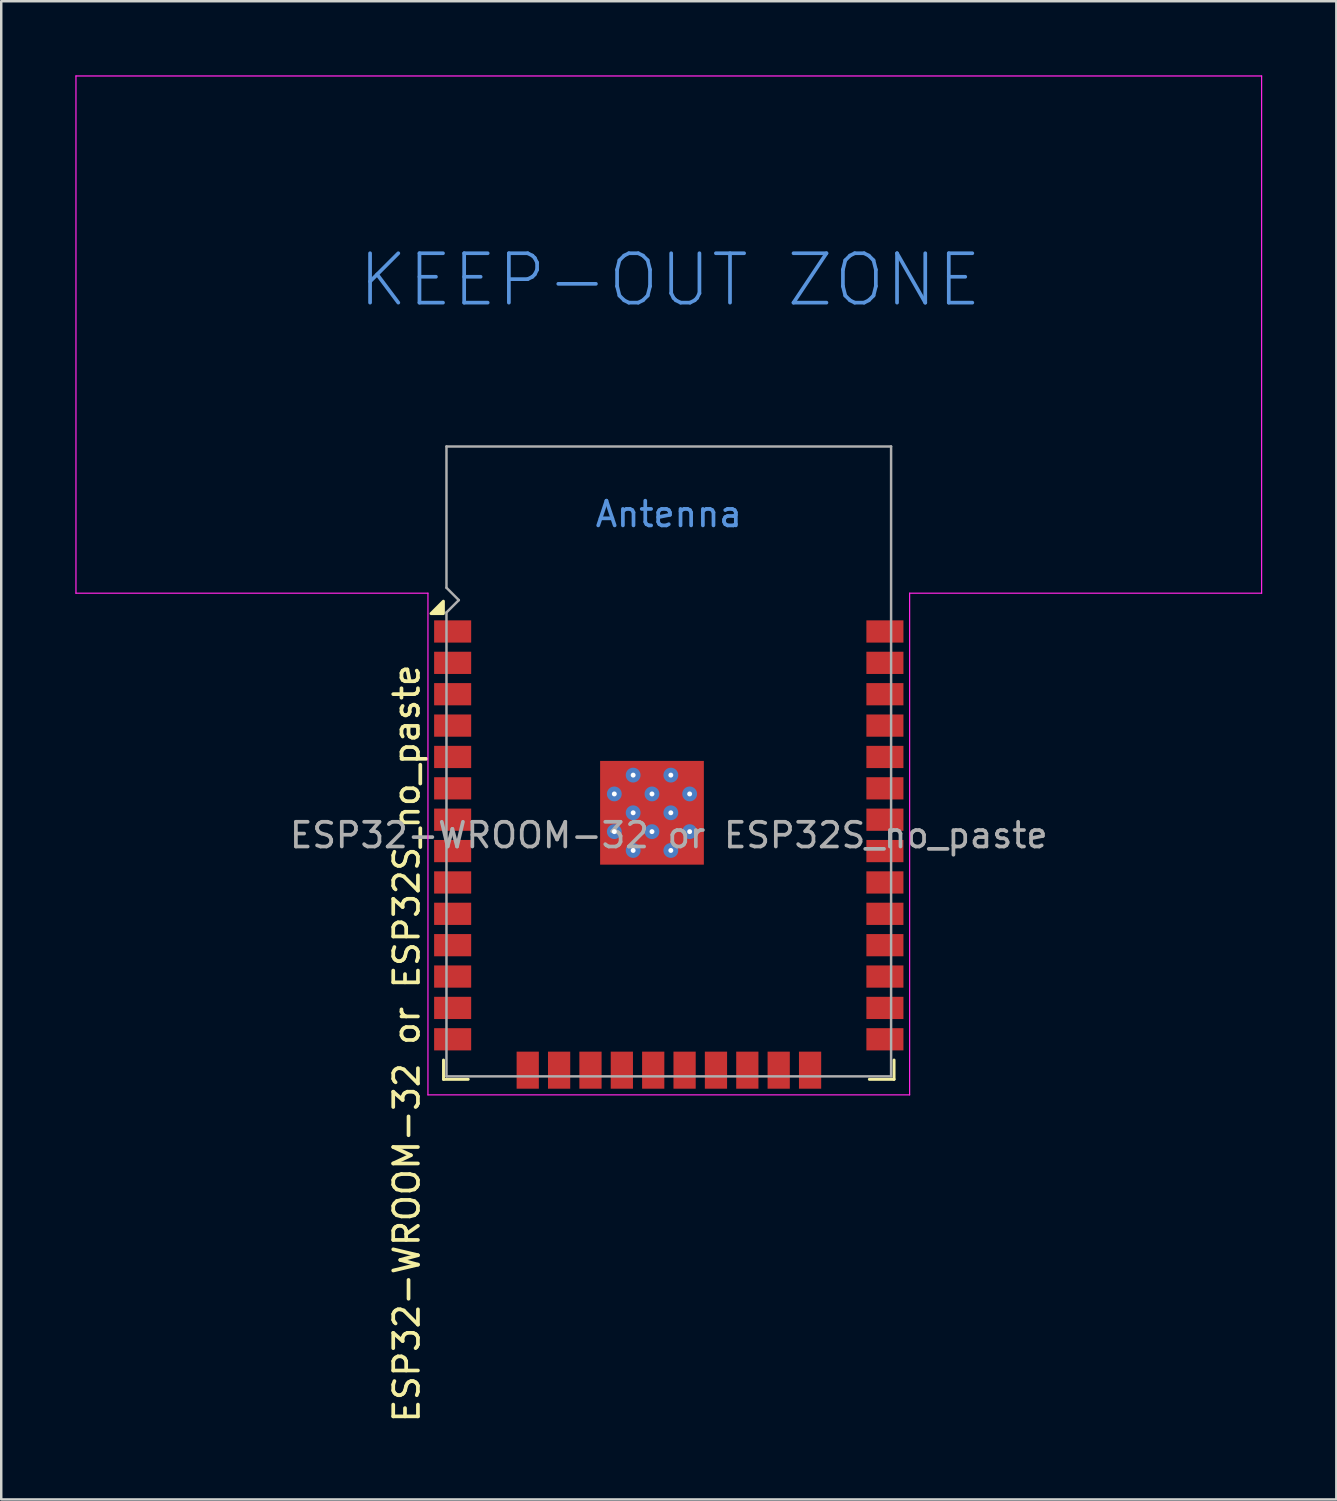
<source format=kicad_pcb>
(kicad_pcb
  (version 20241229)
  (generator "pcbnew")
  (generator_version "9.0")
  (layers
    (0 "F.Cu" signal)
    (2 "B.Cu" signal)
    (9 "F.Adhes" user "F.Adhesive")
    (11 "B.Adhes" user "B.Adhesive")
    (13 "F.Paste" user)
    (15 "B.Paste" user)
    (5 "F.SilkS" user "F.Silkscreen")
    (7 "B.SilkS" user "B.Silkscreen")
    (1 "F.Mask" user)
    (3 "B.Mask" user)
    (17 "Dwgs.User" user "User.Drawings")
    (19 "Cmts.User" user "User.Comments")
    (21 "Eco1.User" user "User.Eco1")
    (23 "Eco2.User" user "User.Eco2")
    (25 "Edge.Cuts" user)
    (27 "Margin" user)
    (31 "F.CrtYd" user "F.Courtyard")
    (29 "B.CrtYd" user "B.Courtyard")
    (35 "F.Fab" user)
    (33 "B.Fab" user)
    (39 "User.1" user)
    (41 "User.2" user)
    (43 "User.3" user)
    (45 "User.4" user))
  (footprint "ESP32-WROOM-32 or ESP32S_no_paste"
    (layer "F.Cu")
    (at 24.025 30.765)
    (property "Reference" "ESP32-WROOM-32 or ESP32S_no_paste" (at -10.61 8.43 90) (layer "F.SilkS") (effects (font (size 1 1) (thickness 0.15))))
    (attr smd)
    (fp_line (start -9.12 9.1) (end -9.12 9.88) (stroke (width 0.12) (type solid)) (layer "F.SilkS"))
    (fp_line (start -9.12 9.88) (end -8.12 9.88) (stroke (width 0.12) (type solid)) (layer "F.SilkS"))
    (fp_line (start 9.12 9.1) (end 9.12 9.88) (stroke (width 0.12) (type solid)) (layer "F.SilkS"))
    (fp_line (start 9.12 9.88) (end 8.12 9.88) (stroke (width 0.12) (type solid)) (layer "F.SilkS"))
    (fp_poly (pts (xy -9.125 -8.975) (xy -9.625 -8.975) (xy -9.125 -9.475) (xy -9.125 -8.975)) (stroke (width 0.12) (type solid)) (fill yes) (layer "F.SilkS"))
    (fp_line (start -24 -30.74) (end -24 -9.8) (stroke (width 0.05) (type solid)) (layer "F.CrtYd"))
    (fp_line (start -24 -9.8) (end -9.75 -9.8) (stroke (width 0.05) (type solid)) (layer "F.CrtYd"))
    (fp_line (start -9.75 10.51) (end -9.75 -9.8) (stroke (width 0.05) (type solid)) (layer "F.CrtYd"))
    (fp_line (start -9.75 10.51) (end 9.75 10.51) (stroke (width 0.05) (type solid)) (layer "F.CrtYd"))
    (fp_line (start 9.75 -9.8) (end 9.75 10.51) (stroke (width 0.05) (type solid)) (layer "F.CrtYd"))
    (fp_line (start 9.75 -9.8) (end 24 -9.8) (stroke (width 0.05) (type solid)) (layer "F.CrtYd"))
    (fp_line (start 24 -30.74) (end -24 -30.74) (stroke (width 0.05) (type solid)) (layer "F.CrtYd"))
    (fp_line (start 24 -9.8) (end 24 -30.74) (stroke (width 0.05) (type solid)) (layer "F.CrtYd"))
    (fp_line (start -9 -15.74) (end -9 -10.02) (stroke (width 0.1) (type solid)) (layer "F.Fab"))
    (fp_line (start -9 -15.74) (end 9 -15.74) (stroke (width 0.1) (type solid)) (layer "F.Fab"))
    (fp_line (start -9 -9.02) (end -9 9.76) (stroke (width 0.1) (type solid)) (layer "F.Fab"))
    (fp_line (start -9 -9.02) (end -8.5 -9.52) (stroke (width 0.1) (type solid)) (layer "F.Fab"))
    (fp_line (start -9 9.76) (end 9 9.76) (stroke (width 0.1) (type solid)) (layer "F.Fab"))
    (fp_line (start -8.5 -9.52) (end -9 -10.02) (stroke (width 0.1) (type solid)) (layer "F.Fab"))
    (fp_line (start 9 9.76) (end 9 -15.74) (stroke (width 0.1) (type solid)) (layer "F.Fab"))
    (fp_text user "Antenna" (at 0 -13 0) (layer "Cmts.User") (effects (font (size 1 1) (thickness 0.15))))
    (fp_text user "KEEP-OUT ZONE" (at 0.05 -22.48 0) (layer "Cmts.User") (effects (font (size 2 2) (thickness 0.15))))
    (fp_text user "${REFERENCE}" (at 0 0 0) (layer "F.Fab") (effects (font (size 1 1) (thickness 0.15))))
    (pad "1" smd rect (at -8.75 -8.25) (size 1.5 0.9) (layers "F.Cu" "F.Mask"))
    (pad "2" smd rect (at -8.75 -6.98) (size 1.5 0.9) (layers "F.Cu" "F.Mask"))
    (pad "3" smd rect (at -8.75 -5.71) (size 1.5 0.9) (layers "F.Cu" "F.Mask"))
    (pad "4" smd rect (at -8.75 -4.44) (size 1.5 0.9) (layers "F.Cu" "F.Mask"))
    (pad "5" smd rect (at -8.75 -3.17) (size 1.5 0.9) (layers "F.Cu" "F.Mask"))
    (pad "6" smd rect (at -8.75 -1.9) (size 1.5 0.9) (layers "F.Cu" "F.Mask"))
    (pad "7" smd rect (at -8.75 -0.63) (size 1.5 0.9) (layers "F.Cu" "F.Mask"))
    (pad "8" smd rect (at -8.75 0.64) (size 1.5 0.9) (layers "F.Cu" "F.Mask"))
    (pad "9" smd rect (at -8.75 1.91) (size 1.5 0.9) (layers "F.Cu" "F.Mask"))
    (pad "10" smd rect (at -8.75 3.18) (size 1.5 0.9) (layers "F.Cu" "F.Mask"))
    (pad "11" smd rect (at -8.75 4.45) (size 1.5 0.9) (layers "F.Cu" "F.Mask"))
    (pad "12" smd rect (at -8.75 5.72) (size 1.5 0.9) (layers "F.Cu" "F.Mask"))
    (pad "13" smd rect (at -8.75 6.99) (size 1.5 0.9) (layers "F.Cu" "F.Mask"))
    (pad "14" smd rect (at -8.75 8.26) (size 1.5 0.9) (layers "F.Cu" "F.Mask"))
    (pad "15" smd rect (at -5.71 9.51 90) (size 1.5 0.9) (layers "F.Cu" "F.Mask"))
    (pad "16" smd rect (at -4.44 9.51 90) (size 1.5 0.9) (layers "F.Cu" "F.Mask"))
    (pad "17" smd rect (at -3.17 9.51 90) (size 1.5 0.9) (layers "F.Cu" "F.Mask"))
    (pad "18" smd rect (at -1.9 9.51 90) (size 1.5 0.9) (layers "F.Cu" "F.Mask"))
    (pad "19" smd rect (at -0.63 9.51 90) (size 1.5 0.9) (layers "F.Cu" "F.Mask"))
    (pad "20" smd rect (at 0.64 9.51 90) (size 1.5 0.9) (layers "F.Cu" "F.Mask"))
    (pad "21" smd rect (at 1.91 9.51 90) (size 1.5 0.9) (layers "F.Cu" "F.Mask"))
    (pad "22" smd rect (at 3.18 9.51 90) (size 1.5 0.9) (layers "F.Cu" "F.Mask"))
    (pad "23" smd rect (at 4.45 9.51 90) (size 1.5 0.9) (layers "F.Cu" "F.Mask"))
    (pad "24" smd rect (at 5.72 9.51 90) (size 1.5 0.9) (layers "F.Cu" "F.Mask"))
    (pad "25" smd rect (at 8.75 8.26) (size 1.5 0.9) (layers "F.Cu" "F.Mask"))
    (pad "26" smd rect (at 8.75 6.99) (size 1.5 0.9) (layers "F.Cu" "F.Mask"))
    (pad "27" smd rect (at 8.75 5.72) (size 1.5 0.9) (layers "F.Cu" "F.Mask"))
    (pad "28" smd rect (at 8.75 4.45) (size 1.5 0.9) (layers "F.Cu" "F.Mask"))
    (pad "29" smd rect (at 8.75 3.18) (size 1.5 0.9) (layers "F.Cu" "F.Mask"))
    (pad "30" smd rect (at 8.75 1.91) (size 1.5 0.9) (layers "F.Cu" "F.Mask"))
    (pad "31" smd rect (at 8.75 0.64) (size 1.5 0.9) (layers "F.Cu" "F.Mask"))
    (pad "32" smd rect (at 8.75 -0.63) (size 1.5 0.9) (layers "F.Cu" "F.Mask"))
    (pad "33" smd rect (at 8.75 -1.9) (size 1.5 0.9) (layers "F.Cu" "F.Mask"))
    (pad "34" smd rect (at 8.75 -3.17) (size 1.5 0.9) (layers "F.Cu" "F.Mask"))
    (pad "35" smd rect (at 8.75 -4.44) (size 1.5 0.9) (layers "F.Cu" "F.Mask"))
    (pad "36" smd rect (at 8.75 -5.71) (size 1.5 0.9) (layers "F.Cu" "F.Mask"))
    (pad "37" smd rect (at 8.75 -6.98) (size 1.5 0.9) (layers "F.Cu" "F.Mask"))
    (pad "38" smd rect (at 8.75 -8.25) (size 1.5 0.9) (layers "F.Cu" "F.Mask"))
    (pad "39" smd rect (at -2.205 -2.435) (size 1.05 1.05) (layers "F.Cu"))
    (pad "39" thru_hole circle (at -2.205 -1.673) (size 0.6 0.6) (drill 0.2) (property pad_prop_heatsink) (layers "*.Cu" "F.Mask"))
    (pad "39" smd rect (at -2.205 -0.91) (size 1.05 1.05) (layers "F.Cu"))
    (pad "39" thru_hole circle (at -2.205 -0.147) (size 0.6 0.6) (drill 0.2) (property pad_prop_heatsink) (layers "*.Cu" "F.Mask"))
    (pad "39" smd rect (at -2.205 0.615) (size 1.05 1.05) (layers "F.Cu"))
    (pad "39" thru_hole circle (at -1.442 -2.435) (size 0.6 0.6) (drill 0.2) (property pad_prop_heatsink) (layers "*.Cu" "F.Mask"))
    (pad "39" thru_hole circle (at -1.442 -0.91) (size 0.6 0.6) (drill 0.2) (property pad_prop_heatsink) (layers "*.Cu" "F.Mask"))
    (pad "39" thru_hole circle (at -1.442 0.615) (size 0.6 0.6) (drill 0.2) (property pad_prop_heatsink) (layers "*.Cu" "F.Mask"))
    (pad "39" smd rect (at -0.68 -2.435) (size 1.05 1.05) (layers "F.Cu"))
    (pad "39" thru_hole circle (at -0.68 -1.673) (size 0.6 0.6) (drill 0.2) (property pad_prop_heatsink) (layers "*.Cu" "F.Mask"))
    (pad "39" smd rect (at -0.68 -0.91) (size 1.05 1.05) (layers "F.Cu"))
    (pad "39" smd rect (at -0.68 -0.91) (size 4.2 4.2) (property pad_prop_heatsink) (layers "F.Cu" "F.Mask"))
    (pad "39" thru_hole circle (at -0.68 -0.147) (size 0.6 0.6) (drill 0.2) (property pad_prop_heatsink) (layers "*.Cu" "F.Mask"))
    (pad "39" smd rect (at -0.68 0.615) (size 1.05 1.05) (layers "F.Cu"))
    (pad "39" thru_hole circle (at 0.083 -2.435) (size 0.6 0.6) (drill 0.2) (property pad_prop_heatsink) (layers "*.Cu" "F.Mask"))
    (pad "39" thru_hole circle (at 0.083 -0.91) (size 0.6 0.6) (drill 0.2) (property pad_prop_heatsink) (layers "*.Cu" "F.Mask"))
    (pad "39" thru_hole circle (at 0.083 0.615) (size 0.6 0.6) (drill 0.2) (property pad_prop_heatsink) (layers "*.Cu" "F.Mask"))
    (pad "39" smd rect (at 0.845 -2.435) (size 1.05 1.05) (layers "F.Cu"))
    (pad "39" thru_hole circle (at 0.845 -1.673) (size 0.6 0.6) (drill 0.2) (property pad_prop_heatsink) (layers "*.Cu" "F.Mask"))
    (pad "39" smd rect (at 0.845 -0.91) (size 1.05 1.05) (layers "F.Cu"))
    (pad "39" thru_hole circle (at 0.845 -0.147) (size 0.6 0.6) (drill 0.2) (property pad_prop_heatsink) (layers "*.Cu" "F.Mask"))
    (pad "39" smd rect (at 0.845 0.615) (size 1.05 1.05) (layers "F.Cu"))
    (zone (net_name "") (layers "F.Cu" "B.Cu") (hatch full 0.508) (connect_pads) (min_thickness 0.254) (filled_areas_thickness no) (keepout (tracks not_allowed) (vias not_allowed) (pads not_allowed) (copperpour not_allowed) (footprints not_allowed)) (placement (enabled no)) (fill) (polygon (pts (xy 0.025 20.965) (xy 48.025 20.965) (xy 48.025 0.025) (xy 0.025 0.025)))))
  (gr_rect
    (start -3 -3)
    (end 51.05 57.653)
    (stroke (width 0.1) (type default))
    (fill no)
    (layer "Edge.Cuts")))
</source>
